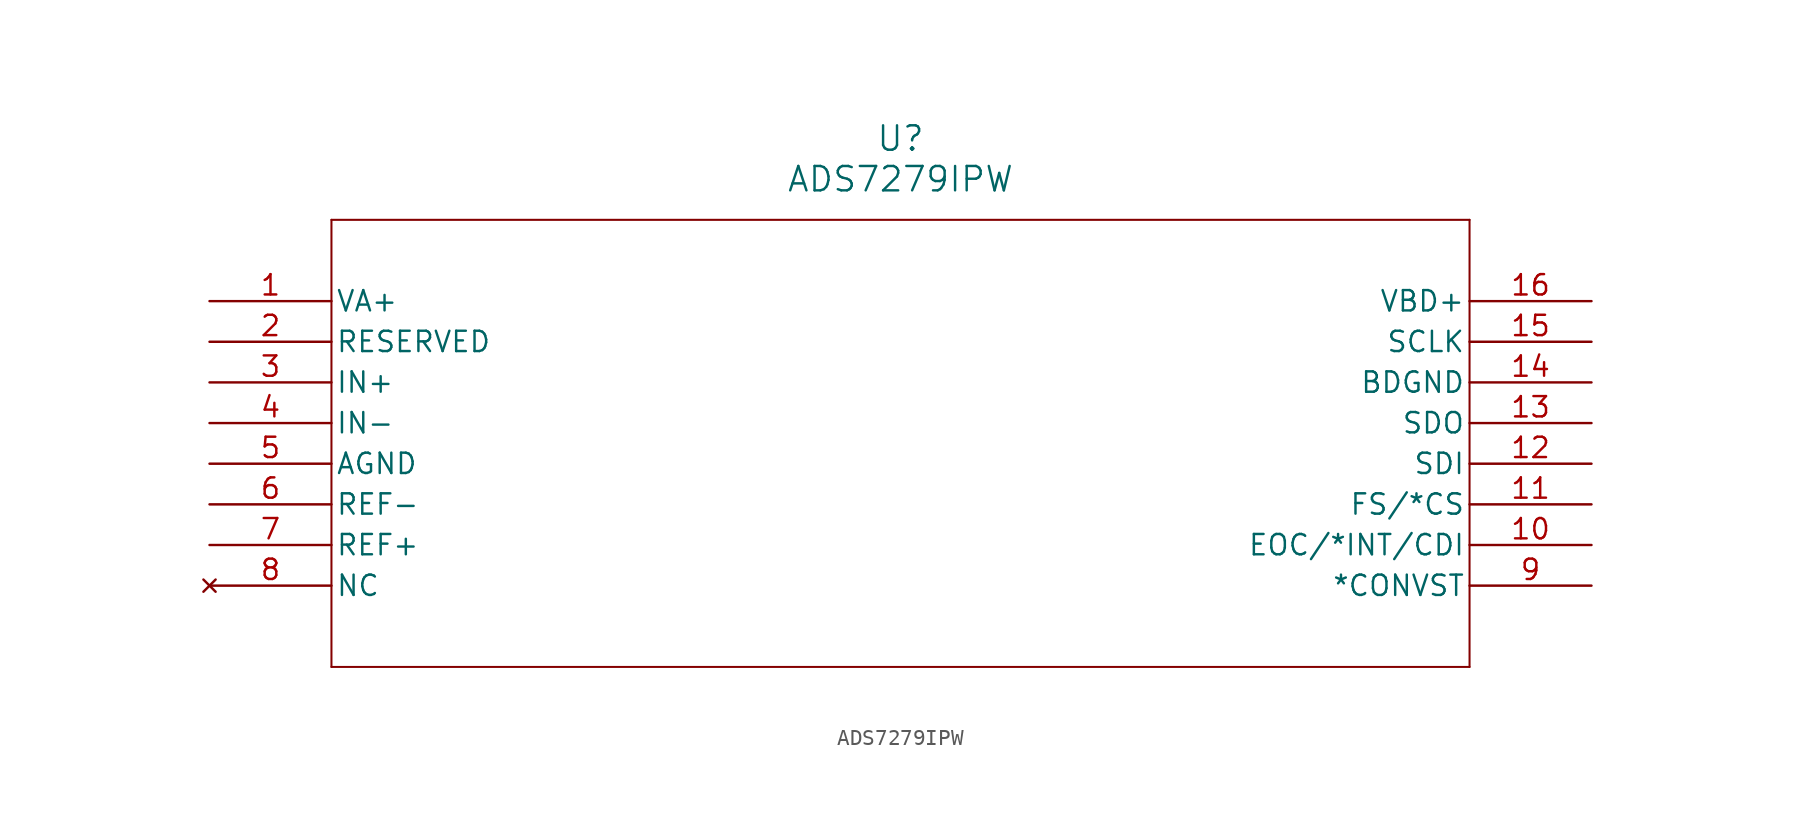
<source format=kicad_sym>
(kicad_symbol_lib
  (version 20211014)
  (generator kicad_symbol_editor)
  (symbol "ADS7279IPW"
    (pin_names
      (offset 0.254))
    (property "Reference" "U"
      (at 43.18 10.16 0)
      (effects (font (size 1.524 1.524))))
    (property "Value" "ADS7279IPW"
      (at 43.18 7.62 0)
      (effects (font (size 1.524 1.524))))
    (symbol "ADS7279IPW_0_1"
      (polyline (pts (xy 7.62 5.08) (xy 7.62 -22.86)) (stroke (width 0.127) (type default) (color 0 0 0 0)) (fill (type none)))
      (polyline (pts (xy 7.62 -22.86) (xy 78.74 -22.86)) (stroke (width 0.127) (type default) (color 0 0 0 0)) (fill (type none)))
      (polyline (pts (xy 78.74 -22.86) (xy 78.74 5.08)) (stroke (width 0.127) (type default) (color 0 0 0 0)) (fill (type none)))
      (polyline (pts (xy 78.74 5.08) (xy 7.62 5.08)) (stroke (width 0.127) (type default) (color 0 0 0 0)) (fill (type none)))
      (pin power_in line (at 0 0 0) (length 7.62) (name "VA+" (effects (font (size 1.27 1.27)))) (number "1" (effects (font (size 1.27 1.27)))))
      (pin input line (at 0 -2.54 0) (length 7.62) (name "RESERVED" (effects (font (size 1.27 1.27)))) (number "2" (effects (font (size 1.27 1.27)))))
      (pin input line (at 0 -5.08 0) (length 7.62) (name "IN+" (effects (font (size 1.27 1.27)))) (number "3" (effects (font (size 1.27 1.27)))))
      (pin input line (at 0 -7.62 0) (length 7.62) (name "IN-" (effects (font (size 1.27 1.27)))) (number "4" (effects (font (size 1.27 1.27)))))
      (pin power_in line (at 0 -10.16 0) (length 7.62) (name "AGND" (effects (font (size 1.27 1.27)))) (number "5" (effects (font (size 1.27 1.27)))))
      (pin input line (at 0 -12.7 0) (length 7.62) (name "REF-" (effects (font (size 1.27 1.27)))) (number "6" (effects (font (size 1.27 1.27)))))
      (pin input line (at 0 -15.24 0) (length 7.62) (name "REF+" (effects (font (size 1.27 1.27)))) (number "7" (effects (font (size 1.27 1.27)))))
      (pin no_connect line (at 0 -17.78 0) (length 7.62) (name "NC" (effects (font (size 1.27 1.27)))) (number "8" (effects (font (size 1.27 1.27)))))
      (pin input line (at 86.36 -17.78 180) (length 7.62) (name "*CONVST" (effects (font (size 1.27 1.27)))) (number "9" (effects (font (size 1.27 1.27)))))
      (pin bidirectional line (at 86.36 -15.24 180) (length 7.62) (name "EOC/*INT/CDI" (effects (font (size 1.27 1.27)))) (number "10" (effects (font (size 1.27 1.27)))))
      (pin input line (at 86.36 -12.7 180) (length 7.62) (name "FS/*CS" (effects (font (size 1.27 1.27)))) (number "11" (effects (font (size 1.27 1.27)))))
      (pin input line (at 86.36 -10.16 180) (length 7.62) (name "SDI" (effects (font (size 1.27 1.27)))) (number "12" (effects (font (size 1.27 1.27)))))
      (pin output line (at 86.36 -7.62 180) (length 7.62) (name "SDO" (effects (font (size 1.27 1.27)))) (number "13" (effects (font (size 1.27 1.27)))))
      (pin power_in line (at 86.36 -5.08 180) (length 7.62) (name "BDGND" (effects (font (size 1.27 1.27)))) (number "14" (effects (font (size 1.27 1.27)))))
      (pin input line (at 86.36 -2.54 180) (length 7.62) (name "SCLK" (effects (font (size 1.27 1.27)))) (number "15" (effects (font (size 1.27 1.27)))))
      (pin power_in line (at 86.36 0 180) (length 7.62) (name "VBD+" (effects (font (size 1.27 1.27)))) (number "16" (effects (font (size 1.27 1.27))))))))
</source>
